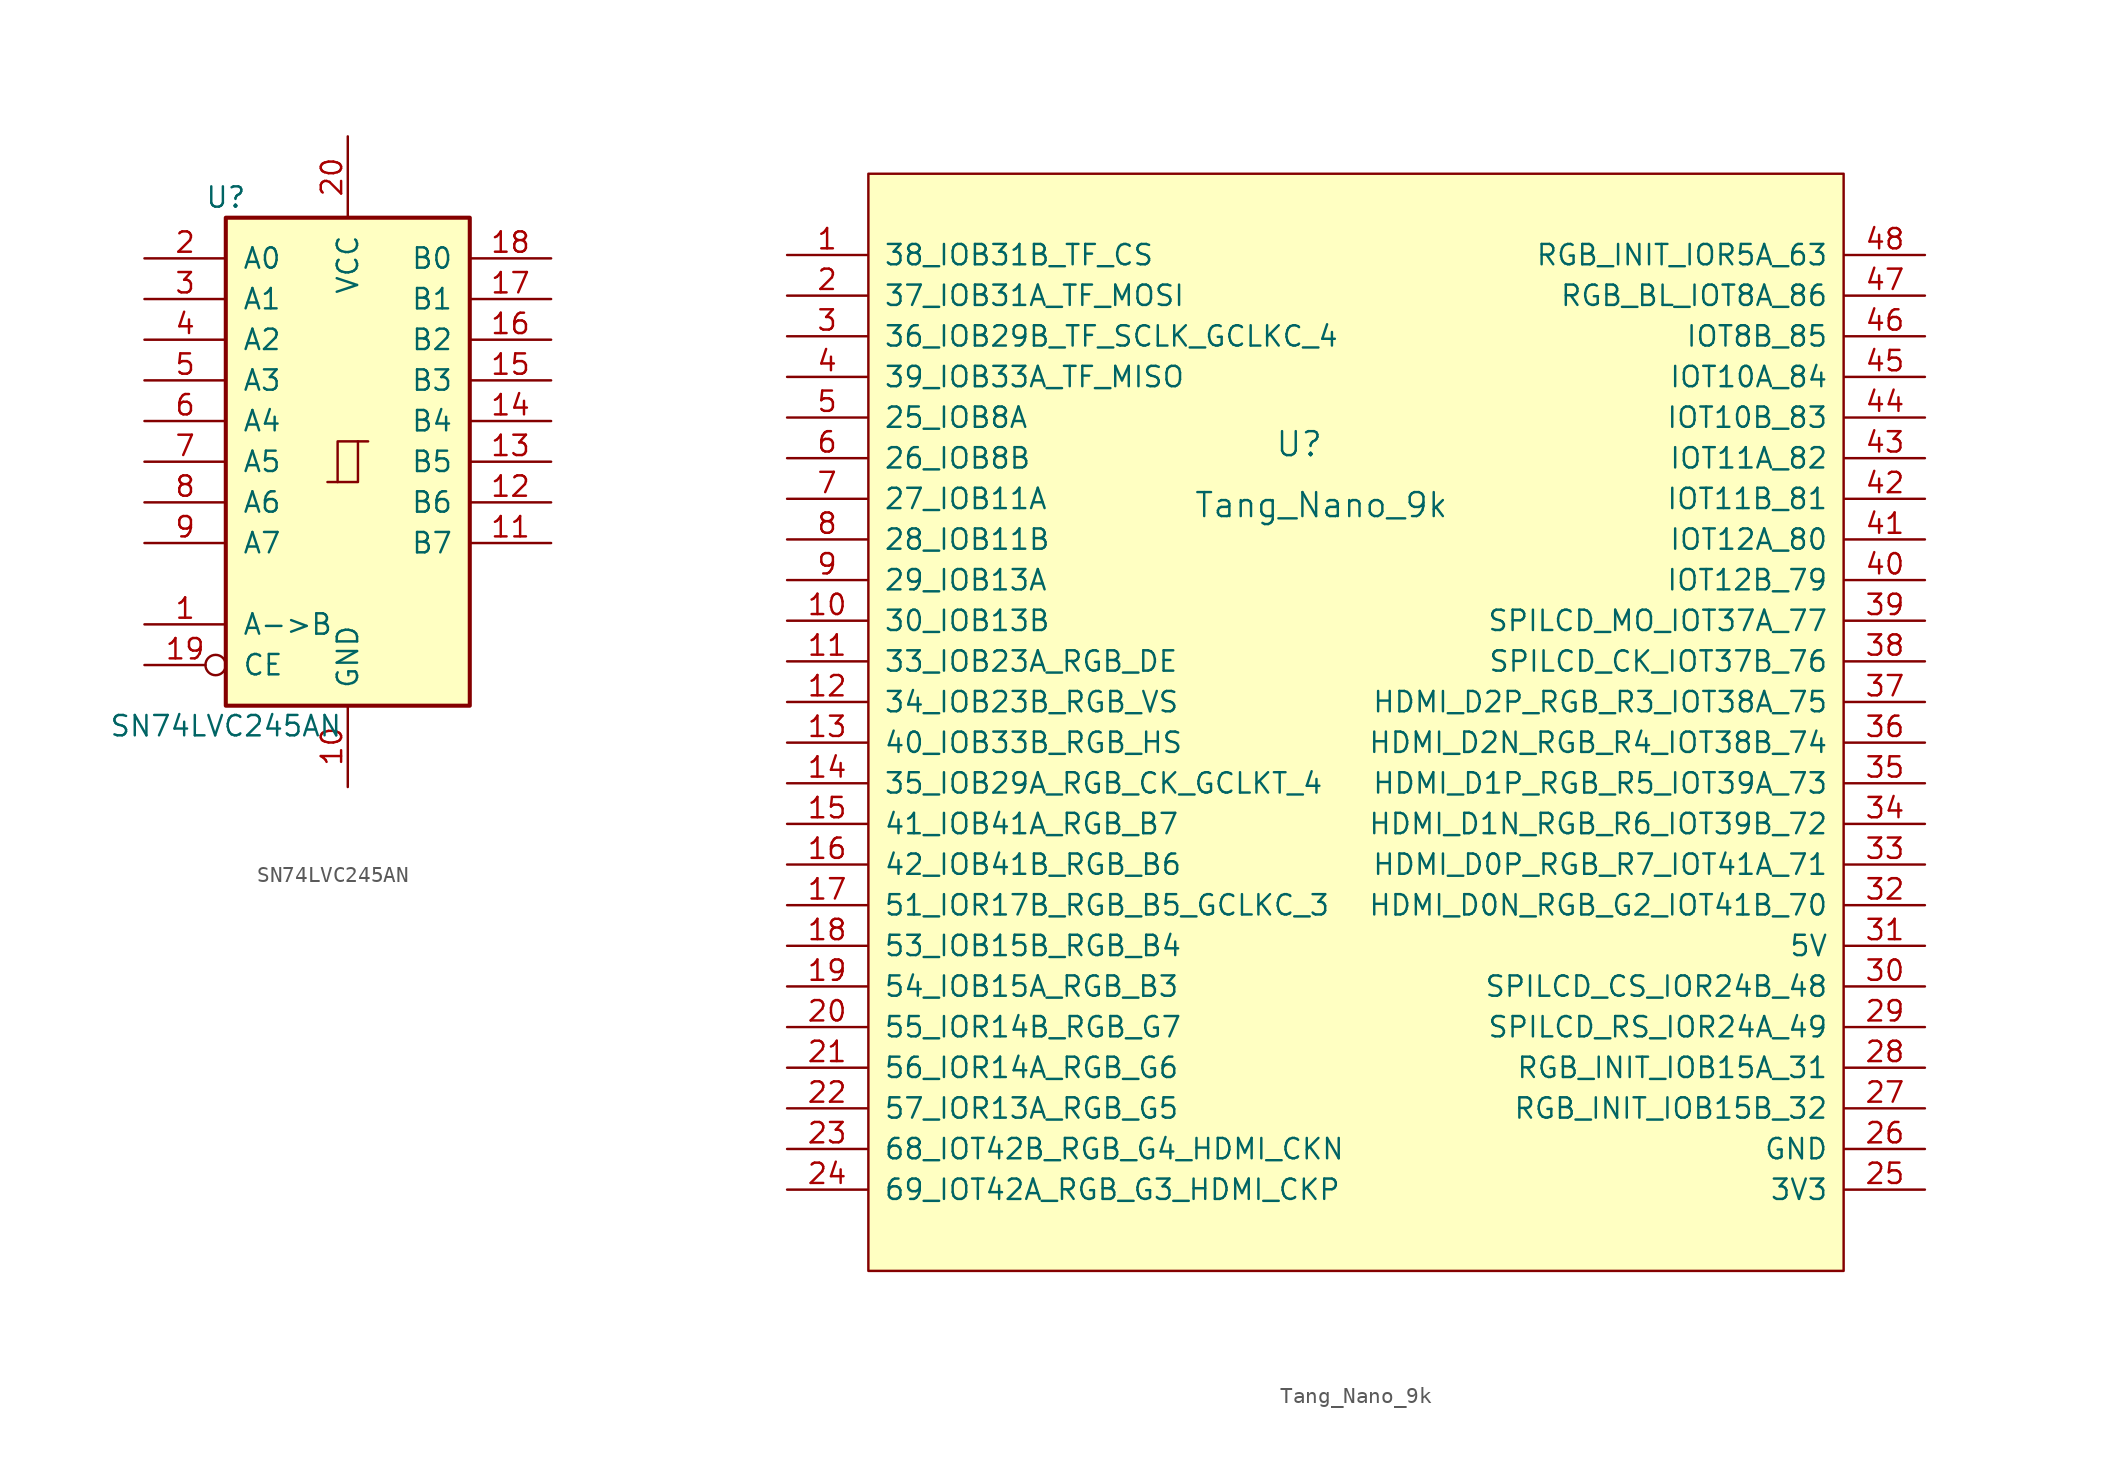
<source format=kicad_sym>
(kicad_symbol_lib
  (version 20220914)
  (generator kicad_symbol_editor)
  (symbol "SN74LVC245AN"
    (pin_names
      (offset 1.016))
    (property "Reference" "U"
      (at -7.62 16.51 0)
      (effects (font (size 1.27 1.27))))
    (property "Value" "SN74LVC245AN"
      (at -7.62 -16.51 0)
      (effects (font (size 1.27 1.27))))
    (symbol "SN74LVC245AN_1_0"
      (polyline (pts (xy -0.635 -1.27) (xy -0.635 1.27) (xy 0.635 1.27)) (stroke (width 0) (type default)) (fill (type none)))
      (polyline (pts (xy -1.27 -1.27) (xy 0.635 -1.27) (xy 0.635 1.27) (xy 1.27 1.27)) (stroke (width 0) (type default)) (fill (type none)))
      (pin input line (at -12.7 -10.16 0) (length 5.08) (name "A->B" (effects (font (size 1.27 1.27)))) (number "1" (effects (font (size 1.27 1.27)))))
      (pin power_in line (at 0 -20.32 90) (length 5.08) (name "GND" (effects (font (size 1.27 1.27)))) (number "10" (effects (font (size 1.27 1.27)))))
      (pin tri_state line (at 12.7 -5.08 180) (length 5.08) (name "B7" (effects (font (size 1.27 1.27)))) (number "11" (effects (font (size 1.27 1.27)))))
      (pin tri_state line (at 12.7 -2.54 180) (length 5.08) (name "B6" (effects (font (size 1.27 1.27)))) (number "12" (effects (font (size 1.27 1.27)))))
      (pin tri_state line (at 12.7 0 180) (length 5.08) (name "B5" (effects (font (size 1.27 1.27)))) (number "13" (effects (font (size 1.27 1.27)))))
      (pin tri_state line (at 12.7 2.54 180) (length 5.08) (name "B4" (effects (font (size 1.27 1.27)))) (number "14" (effects (font (size 1.27 1.27)))))
      (pin tri_state line (at 12.7 5.08 180) (length 5.08) (name "B3" (effects (font (size 1.27 1.27)))) (number "15" (effects (font (size 1.27 1.27)))))
      (pin tri_state line (at 12.7 7.62 180) (length 5.08) (name "B2" (effects (font (size 1.27 1.27)))) (number "16" (effects (font (size 1.27 1.27)))))
      (pin tri_state line (at 12.7 10.16 180) (length 5.08) (name "B1" (effects (font (size 1.27 1.27)))) (number "17" (effects (font (size 1.27 1.27)))))
      (pin tri_state line (at 12.7 12.7 180) (length 5.08) (name "B0" (effects (font (size 1.27 1.27)))) (number "18" (effects (font (size 1.27 1.27)))))
      (pin input inverted (at -12.7 -12.7 0) (length 5.08) (name "CE" (effects (font (size 1.27 1.27)))) (number "19" (effects (font (size 1.27 1.27)))))
      (pin tri_state line (at -12.7 12.7 0) (length 5.08) (name "A0" (effects (font (size 1.27 1.27)))) (number "2" (effects (font (size 1.27 1.27)))))
      (pin power_in line (at 0 20.32 270) (length 5.08) (name "VCC" (effects (font (size 1.27 1.27)))) (number "20" (effects (font (size 1.27 1.27)))))
      (pin tri_state line (at -12.7 10.16 0) (length 5.08) (name "A1" (effects (font (size 1.27 1.27)))) (number "3" (effects (font (size 1.27 1.27)))))
      (pin tri_state line (at -12.7 7.62 0) (length 5.08) (name "A2" (effects (font (size 1.27 1.27)))) (number "4" (effects (font (size 1.27 1.27)))))
      (pin tri_state line (at -12.7 5.08 0) (length 5.08) (name "A3" (effects (font (size 1.27 1.27)))) (number "5" (effects (font (size 1.27 1.27)))))
      (pin tri_state line (at -12.7 2.54 0) (length 5.08) (name "A4" (effects (font (size 1.27 1.27)))) (number "6" (effects (font (size 1.27 1.27)))))
      (pin tri_state line (at -12.7 0 0) (length 5.08) (name "A5" (effects (font (size 1.27 1.27)))) (number "7" (effects (font (size 1.27 1.27)))))
      (pin tri_state line (at -12.7 -2.54 0) (length 5.08) (name "A6" (effects (font (size 1.27 1.27)))) (number "8" (effects (font (size 1.27 1.27)))))
      (pin tri_state line (at -12.7 -5.08 0) (length 5.08) (name "A7" (effects (font (size 1.27 1.27)))) (number "9" (effects (font (size 1.27 1.27))))))
    (symbol "SN74LVC245AN_1_1"
      (rectangle (start -7.62 15.24) (end 7.62 -15.24) (stroke (width 0.254) (type default)) (fill (type background)))))
  (symbol "Tang_Nano_9k"
    (pin_names
      (offset 1.016))
    (property "Reference" "U"
      (at -5.08 15.24 0)
      (effects (font (size 1.499 1.499)) (justify left bottom)))
    (property "Value" "Tang_Nano_9k"
      (at -10.16 11.43 0)
      (effects (font (size 1.499 1.499)) (justify left bottom)))
    (symbol "Tang_Nano_9k_1_0"
      (pin bidirectional line (at -35.56 27.94 0) (length 5) (name "38_IOB31B_TF_CS" (effects (font (size 1.27 1.27)))) (number "1" (effects (font (size 1.27 1.27)))))
      (pin bidirectional line (at -35.56 5.08 0) (length 5) (name "30_IOB13B" (effects (font (size 1.27 1.27)))) (number "10" (effects (font (size 1.27 1.27)))))
      (pin bidirectional line (at -35.56 2.54 0) (length 5) (name "33_IOB23A_RGB_DE" (effects (font (size 1.27 1.27)))) (number "11" (effects (font (size 1.27 1.27)))))
      (pin bidirectional line (at -35.56 0 0) (length 5) (name "34_IOB23B_RGB_VS" (effects (font (size 1.27 1.27)))) (number "12" (effects (font (size 1.27 1.27)))))
      (pin bidirectional line (at -35.56 -2.54 0) (length 5) (name "40_IOB33B_RGB_HS" (effects (font (size 1.27 1.27)))) (number "13" (effects (font (size 1.27 1.27)))))
      (pin bidirectional line (at -35.56 -5.08 0) (length 5) (name "35_IOB29A_RGB_CK_GCLKT_4" (effects (font (size 1.27 1.27)))) (number "14" (effects (font (size 1.27 1.27)))))
      (pin bidirectional line (at -35.56 -7.62 0) (length 5) (name "41_IOB41A_RGB_B7" (effects (font (size 1.27 1.27)))) (number "15" (effects (font (size 1.27 1.27)))))
      (pin bidirectional line (at -35.56 -10.16 0) (length 5) (name "42_IOB41B_RGB_B6" (effects (font (size 1.27 1.27)))) (number "16" (effects (font (size 1.27 1.27)))))
      (pin bidirectional line (at -35.56 -12.7 0) (length 5) (name "51_IOR17B_RGB_B5_GCLKC_3" (effects (font (size 1.27 1.27)))) (number "17" (effects (font (size 1.27 1.27)))))
      (pin bidirectional line (at -35.56 -15.24 0) (length 5) (name "53_IOB15B_RGB_B4" (effects (font (size 1.27 1.27)))) (number "18" (effects (font (size 1.27 1.27)))))
      (pin bidirectional line (at -35.56 -17.78 0) (length 5) (name "54_IOB15A_RGB_B3" (effects (font (size 1.27 1.27)))) (number "19" (effects (font (size 1.27 1.27)))))
      (pin bidirectional line (at -35.56 25.4 0) (length 5) (name "37_IOB31A_TF_MOSI" (effects (font (size 1.27 1.27)))) (number "2" (effects (font (size 1.27 1.27)))))
      (pin bidirectional line (at -35.56 -20.32 0) (length 5) (name "55_IOR14B_RGB_G7" (effects (font (size 1.27 1.27)))) (number "20" (effects (font (size 1.27 1.27)))))
      (pin bidirectional line (at -35.56 -22.86 0) (length 5) (name "56_IOR14A_RGB_G6" (effects (font (size 1.27 1.27)))) (number "21" (effects (font (size 1.27 1.27)))))
      (pin bidirectional line (at -35.56 -25.4 0) (length 5) (name "57_IOR13A_RGB_G5" (effects (font (size 1.27 1.27)))) (number "22" (effects (font (size 1.27 1.27)))))
      (pin bidirectional line (at -35.56 -27.94 0) (length 5) (name "68_IOT42B_RGB_G4_HDMI_CKN" (effects (font (size 1.27 1.27)))) (number "23" (effects (font (size 1.27 1.27)))))
      (pin bidirectional line (at -35.56 -30.48 0) (length 5) (name "69_IOT42A_RGB_G3_HDMI_CKP" (effects (font (size 1.27 1.27)))) (number "24" (effects (font (size 1.27 1.27)))))
      (pin bidirectional line (at 35.56 -30.48 180) (length 5) (name "3V3" (effects (font (size 1.27 1.27)))) (number "25" (effects (font (size 1.27 1.27)))))
      (pin bidirectional line (at 35.56 -27.94 180) (length 5) (name "GND" (effects (font (size 1.27 1.27)))) (number "26" (effects (font (size 1.27 1.27)))))
      (pin bidirectional line (at 35.56 -25.4 180) (length 5) (name "RGB_INIT_IOB15B_32" (effects (font (size 1.27 1.27)))) (number "27" (effects (font (size 1.27 1.27)))))
      (pin bidirectional line (at 35.56 -22.86 180) (length 5) (name "RGB_INIT_IOB15A_31" (effects (font (size 1.27 1.27)))) (number "28" (effects (font (size 1.27 1.27)))))
      (pin bidirectional line (at 35.56 -20.32 180) (length 5) (name "SPILCD_RS_IOR24A_49" (effects (font (size 1.27 1.27)))) (number "29" (effects (font (size 1.27 1.27)))))
      (pin bidirectional line (at -35.56 22.86 0) (length 5) (name "36_IOB29B_TF_SCLK_GCLKC_4" (effects (font (size 1.27 1.27)))) (number "3" (effects (font (size 1.27 1.27)))))
      (pin bidirectional line (at 35.56 -17.78 180) (length 5) (name "SPILCD_CS_IOR24B_48" (effects (font (size 1.27 1.27)))) (number "30" (effects (font (size 1.27 1.27)))))
      (pin bidirectional line (at 35.56 -15.24 180) (length 5) (name "5V" (effects (font (size 1.27 1.27)))) (number "31" (effects (font (size 1.27 1.27)))))
      (pin bidirectional line (at 35.56 -12.7 180) (length 5) (name "HDMI_D0N_RGB_G2_IOT41B_70" (effects (font (size 1.27 1.27)))) (number "32" (effects (font (size 1.27 1.27)))))
      (pin bidirectional line (at 35.56 -10.16 180) (length 5) (name "HDMI_D0P_RGB_R7_IOT41A_71" (effects (font (size 1.27 1.27)))) (number "33" (effects (font (size 1.27 1.27)))))
      (pin bidirectional line (at 35.56 -7.62 180) (length 5) (name "HDMI_D1N_RGB_R6_IOT39B_72" (effects (font (size 1.27 1.27)))) (number "34" (effects (font (size 1.27 1.27)))))
      (pin bidirectional line (at 35.56 -5.08 180) (length 5) (name "HDMI_D1P_RGB_R5_IOT39A_73" (effects (font (size 1.27 1.27)))) (number "35" (effects (font (size 1.27 1.27)))))
      (pin bidirectional line (at 35.56 -2.54 180) (length 5) (name "HDMI_D2N_RGB_R4_IOT38B_74" (effects (font (size 1.27 1.27)))) (number "36" (effects (font (size 1.27 1.27)))))
      (pin bidirectional line (at 35.56 0 180) (length 5) (name "HDMI_D2P_RGB_R3_IOT38A_75" (effects (font (size 1.27 1.27)))) (number "37" (effects (font (size 1.27 1.27)))))
      (pin bidirectional line (at 35.56 2.54 180) (length 5) (name "SPILCD_CK_IOT37B_76" (effects (font (size 1.27 1.27)))) (number "38" (effects (font (size 1.27 1.27)))))
      (pin bidirectional line (at 35.56 5.08 180) (length 5) (name "SPILCD_MO_IOT37A_77" (effects (font (size 1.27 1.27)))) (number "39" (effects (font (size 1.27 1.27)))))
      (pin bidirectional line (at -35.56 20.32 0) (length 5) (name "39_IOB33A_TF_MISO" (effects (font (size 1.27 1.27)))) (number "4" (effects (font (size 1.27 1.27)))))
      (pin bidirectional line (at 35.56 7.62 180) (length 5) (name "IOT12B_79" (effects (font (size 1.27 1.27)))) (number "40" (effects (font (size 1.27 1.27)))))
      (pin bidirectional line (at 35.56 10.16 180) (length 5) (name "IOT12A_80" (effects (font (size 1.27 1.27)))) (number "41" (effects (font (size 1.27 1.27)))))
      (pin bidirectional line (at 35.56 12.7 180) (length 5) (name "IOT11B_81" (effects (font (size 1.27 1.27)))) (number "42" (effects (font (size 1.27 1.27)))))
      (pin bidirectional line (at 35.56 15.24 180) (length 5) (name "IOT11A_82" (effects (font (size 1.27 1.27)))) (number "43" (effects (font (size 1.27 1.27)))))
      (pin bidirectional line (at 35.56 17.78 180) (length 5) (name "IOT10B_83" (effects (font (size 1.27 1.27)))) (number "44" (effects (font (size 1.27 1.27)))))
      (pin bidirectional line (at 35.56 20.32 180) (length 5) (name "IOT10A_84" (effects (font (size 1.27 1.27)))) (number "45" (effects (font (size 1.27 1.27)))))
      (pin bidirectional line (at 35.56 22.86 180) (length 5) (name "IOT8B_85" (effects (font (size 1.27 1.27)))) (number "46" (effects (font (size 1.27 1.27)))))
      (pin bidirectional line (at 35.56 25.4 180) (length 5) (name "RGB_BL_IOT8A_86" (effects (font (size 1.27 1.27)))) (number "47" (effects (font (size 1.27 1.27)))))
      (pin bidirectional line (at 35.56 27.94 180) (length 5) (name "RGB_INIT_IOR5A_63" (effects (font (size 1.27 1.27)))) (number "48" (effects (font (size 1.27 1.27)))))
      (pin bidirectional line (at -35.56 17.78 0) (length 5) (name "25_IOB8A" (effects (font (size 1.27 1.27)))) (number "5" (effects (font (size 1.27 1.27)))))
      (pin bidirectional line (at -35.56 15.24 0) (length 5) (name "26_IOB8B" (effects (font (size 1.27 1.27)))) (number "6" (effects (font (size 1.27 1.27)))))
      (pin bidirectional line (at -35.56 12.7 0) (length 5) (name "27_IOB11A" (effects (font (size 1.27 1.27)))) (number "7" (effects (font (size 1.27 1.27)))))
      (pin bidirectional line (at -35.56 10.16 0) (length 5) (name "28_IOB11B" (effects (font (size 1.27 1.27)))) (number "8" (effects (font (size 1.27 1.27)))))
      (pin bidirectional line (at -35.56 7.62 0) (length 5) (name "29_IOB13A" (effects (font (size 1.27 1.27)))) (number "9" (effects (font (size 1.27 1.27))))))
    (symbol "Tang_Nano_9k_1_1"
      (rectangle (start -30.48 33.02) (end 30.48 -35.56) (stroke (width 0) (type default)) (fill (type background))))))
</source>
